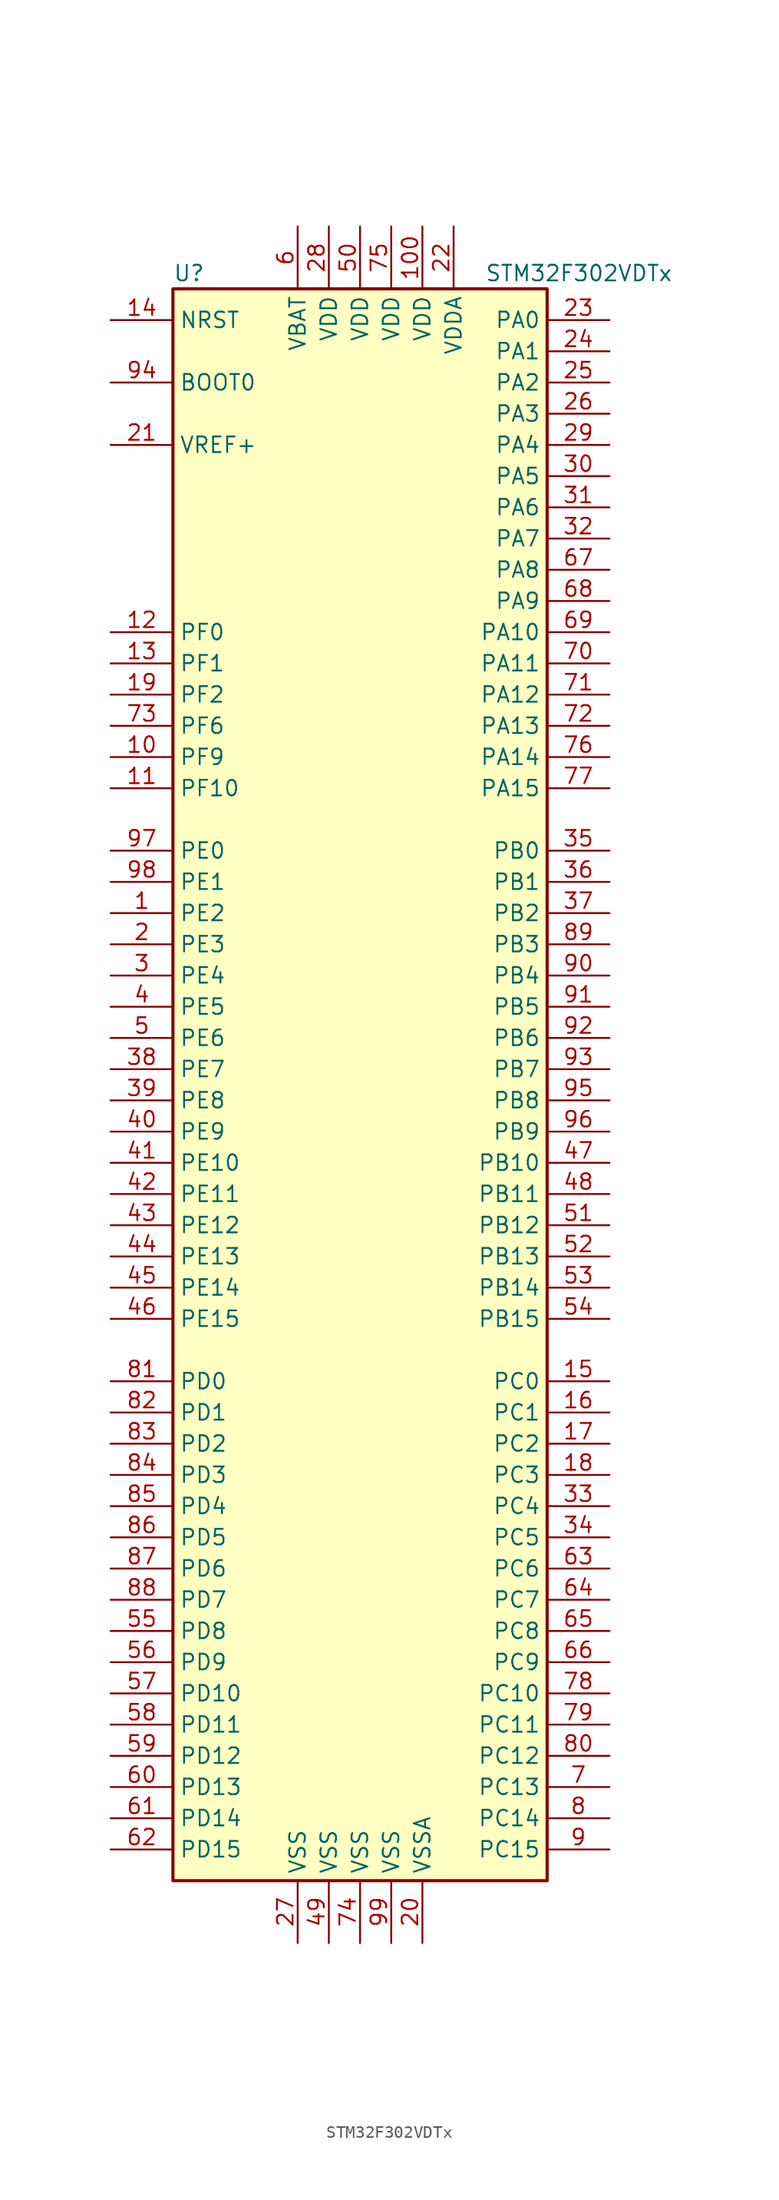
<source format=kicad_sym>
(kicad_symbol_lib
  (version 20201005)
  (generator kicad_symbol_editor)
  (symbol "MCU_ST_STM32F3:STM32F302VDTx"
    (property "Reference" "U"
      (at -15.24 64.77 0)
      (effects (font (size 1.27 1.27)) (justify left)))
    (property "Value" "STM32F302VDTx"
      (at 10.16 64.77 0)
      (effects (font (size 1.27 1.27)) (justify left)))
    (symbol "STM32F302VDTx_0_1"
      (rectangle (start -15.24 -66.04) (end 15.24 63.5) (stroke (width 0.254)) (fill (type background))))
    (symbol "STM32F302VDTx_1_1"
      (pin input line (at -20.32 55.88 0) (length 5.08) (name "BOOT0" (effects (font (size 1.27 1.27)))) (number "94" (effects (font (size 1.27 1.27)))))
      (pin input line (at -20.32 60.96 0) (length 5.08) (name "NRST" (effects (font (size 1.27 1.27)))) (number "14" (effects (font (size 1.27 1.27)))))
      (pin bidirectional line (at 20.32 60.96 180) (length 5.08) (name "PA0" (effects (font (size 1.27 1.27)))) (number "23" (effects (font (size 1.27 1.27)))))
      (pin bidirectional line (at 20.32 58.42 180) (length 5.08) (name "PA1" (effects (font (size 1.27 1.27)))) (number "24" (effects (font (size 1.27 1.27)))))
      (pin bidirectional line (at 20.32 35.56 180) (length 5.08) (name "PA10" (effects (font (size 1.27 1.27)))) (number "69" (effects (font (size 1.27 1.27)))))
      (pin bidirectional line (at 20.32 33.02 180) (length 5.08) (name "PA11" (effects (font (size 1.27 1.27)))) (number "70" (effects (font (size 1.27 1.27)))))
      (pin bidirectional line (at 20.32 30.48 180) (length 5.08) (name "PA12" (effects (font (size 1.27 1.27)))) (number "71" (effects (font (size 1.27 1.27)))))
      (pin bidirectional line (at 20.32 27.94 180) (length 5.08) (name "PA13" (effects (font (size 1.27 1.27)))) (number "72" (effects (font (size 1.27 1.27)))))
      (pin bidirectional line (at 20.32 25.4 180) (length 5.08) (name "PA14" (effects (font (size 1.27 1.27)))) (number "76" (effects (font (size 1.27 1.27)))))
      (pin bidirectional line (at 20.32 22.86 180) (length 5.08) (name "PA15" (effects (font (size 1.27 1.27)))) (number "77" (effects (font (size 1.27 1.27)))))
      (pin bidirectional line (at 20.32 55.88 180) (length 5.08) (name "PA2" (effects (font (size 1.27 1.27)))) (number "25" (effects (font (size 1.27 1.27)))))
      (pin bidirectional line (at 20.32 53.34 180) (length 5.08) (name "PA3" (effects (font (size 1.27 1.27)))) (number "26" (effects (font (size 1.27 1.27)))))
      (pin bidirectional line (at 20.32 50.8 180) (length 5.08) (name "PA4" (effects (font (size 1.27 1.27)))) (number "29" (effects (font (size 1.27 1.27)))))
      (pin bidirectional line (at 20.32 48.26 180) (length 5.08) (name "PA5" (effects (font (size 1.27 1.27)))) (number "30" (effects (font (size 1.27 1.27)))))
      (pin bidirectional line (at 20.32 45.72 180) (length 5.08) (name "PA6" (effects (font (size 1.27 1.27)))) (number "31" (effects (font (size 1.27 1.27)))))
      (pin bidirectional line (at 20.32 43.18 180) (length 5.08) (name "PA7" (effects (font (size 1.27 1.27)))) (number "32" (effects (font (size 1.27 1.27)))))
      (pin bidirectional line (at 20.32 40.64 180) (length 5.08) (name "PA8" (effects (font (size 1.27 1.27)))) (number "67" (effects (font (size 1.27 1.27)))))
      (pin bidirectional line (at 20.32 38.1 180) (length 5.08) (name "PA9" (effects (font (size 1.27 1.27)))) (number "68" (effects (font (size 1.27 1.27)))))
      (pin bidirectional line (at 20.32 17.78 180) (length 5.08) (name "PB0" (effects (font (size 1.27 1.27)))) (number "35" (effects (font (size 1.27 1.27)))))
      (pin bidirectional line (at 20.32 15.24 180) (length 5.08) (name "PB1" (effects (font (size 1.27 1.27)))) (number "36" (effects (font (size 1.27 1.27)))))
      (pin bidirectional line (at 20.32 -7.62 180) (length 5.08) (name "PB10" (effects (font (size 1.27 1.27)))) (number "47" (effects (font (size 1.27 1.27)))))
      (pin bidirectional line (at 20.32 -10.16 180) (length 5.08) (name "PB11" (effects (font (size 1.27 1.27)))) (number "48" (effects (font (size 1.27 1.27)))))
      (pin bidirectional line (at 20.32 -12.7 180) (length 5.08) (name "PB12" (effects (font (size 1.27 1.27)))) (number "51" (effects (font (size 1.27 1.27)))))
      (pin bidirectional line (at 20.32 -15.24 180) (length 5.08) (name "PB13" (effects (font (size 1.27 1.27)))) (number "52" (effects (font (size 1.27 1.27)))))
      (pin bidirectional line (at 20.32 -17.78 180) (length 5.08) (name "PB14" (effects (font (size 1.27 1.27)))) (number "53" (effects (font (size 1.27 1.27)))))
      (pin bidirectional line (at 20.32 -20.32 180) (length 5.08) (name "PB15" (effects (font (size 1.27 1.27)))) (number "54" (effects (font (size 1.27 1.27)))))
      (pin bidirectional line (at 20.32 12.7 180) (length 5.08) (name "PB2" (effects (font (size 1.27 1.27)))) (number "37" (effects (font (size 1.27 1.27)))))
      (pin bidirectional line (at 20.32 10.16 180) (length 5.08) (name "PB3" (effects (font (size 1.27 1.27)))) (number "89" (effects (font (size 1.27 1.27)))))
      (pin bidirectional line (at 20.32 7.62 180) (length 5.08) (name "PB4" (effects (font (size 1.27 1.27)))) (number "90" (effects (font (size 1.27 1.27)))))
      (pin bidirectional line (at 20.32 5.08 180) (length 5.08) (name "PB5" (effects (font (size 1.27 1.27)))) (number "91" (effects (font (size 1.27 1.27)))))
      (pin bidirectional line (at 20.32 2.54 180) (length 5.08) (name "PB6" (effects (font (size 1.27 1.27)))) (number "92" (effects (font (size 1.27 1.27)))))
      (pin bidirectional line (at 20.32 0 180) (length 5.08) (name "PB7" (effects (font (size 1.27 1.27)))) (number "93" (effects (font (size 1.27 1.27)))))
      (pin bidirectional line (at 20.32 -2.54 180) (length 5.08) (name "PB8" (effects (font (size 1.27 1.27)))) (number "95" (effects (font (size 1.27 1.27)))))
      (pin bidirectional line (at 20.32 -5.08 180) (length 5.08) (name "PB9" (effects (font (size 1.27 1.27)))) (number "96" (effects (font (size 1.27 1.27)))))
      (pin bidirectional line (at 20.32 -25.4 180) (length 5.08) (name "PC0" (effects (font (size 1.27 1.27)))) (number "15" (effects (font (size 1.27 1.27)))))
      (pin bidirectional line (at 20.32 -27.94 180) (length 5.08) (name "PC1" (effects (font (size 1.27 1.27)))) (number "16" (effects (font (size 1.27 1.27)))))
      (pin bidirectional line (at 20.32 -50.8 180) (length 5.08) (name "PC10" (effects (font (size 1.27 1.27)))) (number "78" (effects (font (size 1.27 1.27)))))
      (pin bidirectional line (at 20.32 -53.34 180) (length 5.08) (name "PC11" (effects (font (size 1.27 1.27)))) (number "79" (effects (font (size 1.27 1.27)))))
      (pin bidirectional line (at 20.32 -55.88 180) (length 5.08) (name "PC12" (effects (font (size 1.27 1.27)))) (number "80" (effects (font (size 1.27 1.27)))))
      (pin bidirectional line (at 20.32 -58.42 180) (length 5.08) (name "PC13" (effects (font (size 1.27 1.27)))) (number "7" (effects (font (size 1.27 1.27)))))
      (pin bidirectional line (at 20.32 -60.96 180) (length 5.08) (name "PC14" (effects (font (size 1.27 1.27)))) (number "8" (effects (font (size 1.27 1.27)))))
      (pin bidirectional line (at 20.32 -63.5 180) (length 5.08) (name "PC15" (effects (font (size 1.27 1.27)))) (number "9" (effects (font (size 1.27 1.27)))))
      (pin bidirectional line (at 20.32 -30.48 180) (length 5.08) (name "PC2" (effects (font (size 1.27 1.27)))) (number "17" (effects (font (size 1.27 1.27)))))
      (pin bidirectional line (at 20.32 -33.02 180) (length 5.08) (name "PC3" (effects (font (size 1.27 1.27)))) (number "18" (effects (font (size 1.27 1.27)))))
      (pin bidirectional line (at 20.32 -35.56 180) (length 5.08) (name "PC4" (effects (font (size 1.27 1.27)))) (number "33" (effects (font (size 1.27 1.27)))))
      (pin bidirectional line (at 20.32 -38.1 180) (length 5.08) (name "PC5" (effects (font (size 1.27 1.27)))) (number "34" (effects (font (size 1.27 1.27)))))
      (pin bidirectional line (at 20.32 -40.64 180) (length 5.08) (name "PC6" (effects (font (size 1.27 1.27)))) (number "63" (effects (font (size 1.27 1.27)))))
      (pin bidirectional line (at 20.32 -43.18 180) (length 5.08) (name "PC7" (effects (font (size 1.27 1.27)))) (number "64" (effects (font (size 1.27 1.27)))))
      (pin bidirectional line (at 20.32 -45.72 180) (length 5.08) (name "PC8" (effects (font (size 1.27 1.27)))) (number "65" (effects (font (size 1.27 1.27)))))
      (pin bidirectional line (at 20.32 -48.26 180) (length 5.08) (name "PC9" (effects (font (size 1.27 1.27)))) (number "66" (effects (font (size 1.27 1.27)))))
      (pin bidirectional line (at -20.32 -25.4 0) (length 5.08) (name "PD0" (effects (font (size 1.27 1.27)))) (number "81" (effects (font (size 1.27 1.27)))))
      (pin bidirectional line (at -20.32 -27.94 0) (length 5.08) (name "PD1" (effects (font (size 1.27 1.27)))) (number "82" (effects (font (size 1.27 1.27)))))
      (pin bidirectional line (at -20.32 -50.8 0) (length 5.08) (name "PD10" (effects (font (size 1.27 1.27)))) (number "57" (effects (font (size 1.27 1.27)))))
      (pin bidirectional line (at -20.32 -53.34 0) (length 5.08) (name "PD11" (effects (font (size 1.27 1.27)))) (number "58" (effects (font (size 1.27 1.27)))))
      (pin bidirectional line (at -20.32 -55.88 0) (length 5.08) (name "PD12" (effects (font (size 1.27 1.27)))) (number "59" (effects (font (size 1.27 1.27)))))
      (pin bidirectional line (at -20.32 -58.42 0) (length 5.08) (name "PD13" (effects (font (size 1.27 1.27)))) (number "60" (effects (font (size 1.27 1.27)))))
      (pin bidirectional line (at -20.32 -60.96 0) (length 5.08) (name "PD14" (effects (font (size 1.27 1.27)))) (number "61" (effects (font (size 1.27 1.27)))))
      (pin bidirectional line (at -20.32 -63.5 0) (length 5.08) (name "PD15" (effects (font (size 1.27 1.27)))) (number "62" (effects (font (size 1.27 1.27)))))
      (pin bidirectional line (at -20.32 -30.48 0) (length 5.08) (name "PD2" (effects (font (size 1.27 1.27)))) (number "83" (effects (font (size 1.27 1.27)))))
      (pin bidirectional line (at -20.32 -33.02 0) (length 5.08) (name "PD3" (effects (font (size 1.27 1.27)))) (number "84" (effects (font (size 1.27 1.27)))))
      (pin bidirectional line (at -20.32 -35.56 0) (length 5.08) (name "PD4" (effects (font (size 1.27 1.27)))) (number "85" (effects (font (size 1.27 1.27)))))
      (pin bidirectional line (at -20.32 -38.1 0) (length 5.08) (name "PD5" (effects (font (size 1.27 1.27)))) (number "86" (effects (font (size 1.27 1.27)))))
      (pin bidirectional line (at -20.32 -40.64 0) (length 5.08) (name "PD6" (effects (font (size 1.27 1.27)))) (number "87" (effects (font (size 1.27 1.27)))))
      (pin bidirectional line (at -20.32 -43.18 0) (length 5.08) (name "PD7" (effects (font (size 1.27 1.27)))) (number "88" (effects (font (size 1.27 1.27)))))
      (pin bidirectional line (at -20.32 -45.72 0) (length 5.08) (name "PD8" (effects (font (size 1.27 1.27)))) (number "55" (effects (font (size 1.27 1.27)))))
      (pin bidirectional line (at -20.32 -48.26 0) (length 5.08) (name "PD9" (effects (font (size 1.27 1.27)))) (number "56" (effects (font (size 1.27 1.27)))))
      (pin bidirectional line (at -20.32 17.78 0) (length 5.08) (name "PE0" (effects (font (size 1.27 1.27)))) (number "97" (effects (font (size 1.27 1.27)))))
      (pin bidirectional line (at -20.32 15.24 0) (length 5.08) (name "PE1" (effects (font (size 1.27 1.27)))) (number "98" (effects (font (size 1.27 1.27)))))
      (pin bidirectional line (at -20.32 -7.62 0) (length 5.08) (name "PE10" (effects (font (size 1.27 1.27)))) (number "41" (effects (font (size 1.27 1.27)))))
      (pin bidirectional line (at -20.32 -10.16 0) (length 5.08) (name "PE11" (effects (font (size 1.27 1.27)))) (number "42" (effects (font (size 1.27 1.27)))))
      (pin bidirectional line (at -20.32 -12.7 0) (length 5.08) (name "PE12" (effects (font (size 1.27 1.27)))) (number "43" (effects (font (size 1.27 1.27)))))
      (pin bidirectional line (at -20.32 -15.24 0) (length 5.08) (name "PE13" (effects (font (size 1.27 1.27)))) (number "44" (effects (font (size 1.27 1.27)))))
      (pin bidirectional line (at -20.32 -17.78 0) (length 5.08) (name "PE14" (effects (font (size 1.27 1.27)))) (number "45" (effects (font (size 1.27 1.27)))))
      (pin bidirectional line (at -20.32 -20.32 0) (length 5.08) (name "PE15" (effects (font (size 1.27 1.27)))) (number "46" (effects (font (size 1.27 1.27)))))
      (pin bidirectional line (at -20.32 12.7 0) (length 5.08) (name "PE2" (effects (font (size 1.27 1.27)))) (number "1" (effects (font (size 1.27 1.27)))))
      (pin bidirectional line (at -20.32 10.16 0) (length 5.08) (name "PE3" (effects (font (size 1.27 1.27)))) (number "2" (effects (font (size 1.27 1.27)))))
      (pin bidirectional line (at -20.32 7.62 0) (length 5.08) (name "PE4" (effects (font (size 1.27 1.27)))) (number "3" (effects (font (size 1.27 1.27)))))
      (pin bidirectional line (at -20.32 5.08 0) (length 5.08) (name "PE5" (effects (font (size 1.27 1.27)))) (number "4" (effects (font (size 1.27 1.27)))))
      (pin bidirectional line (at -20.32 2.54 0) (length 5.08) (name "PE6" (effects (font (size 1.27 1.27)))) (number "5" (effects (font (size 1.27 1.27)))))
      (pin bidirectional line (at -20.32 0 0) (length 5.08) (name "PE7" (effects (font (size 1.27 1.27)))) (number "38" (effects (font (size 1.27 1.27)))))
      (pin bidirectional line (at -20.32 -2.54 0) (length 5.08) (name "PE8" (effects (font (size 1.27 1.27)))) (number "39" (effects (font (size 1.27 1.27)))))
      (pin bidirectional line (at -20.32 -5.08 0) (length 5.08) (name "PE9" (effects (font (size 1.27 1.27)))) (number "40" (effects (font (size 1.27 1.27)))))
      (pin input line (at -20.32 35.56 0) (length 5.08) (name "PF0" (effects (font (size 1.27 1.27)))) (number "12" (effects (font (size 1.27 1.27)))))
      (pin input line (at -20.32 33.02 0) (length 5.08) (name "PF1" (effects (font (size 1.27 1.27)))) (number "13" (effects (font (size 1.27 1.27)))))
      (pin bidirectional line (at -20.32 22.86 0) (length 5.08) (name "PF10" (effects (font (size 1.27 1.27)))) (number "11" (effects (font (size 1.27 1.27)))))
      (pin bidirectional line (at -20.32 30.48 0) (length 5.08) (name "PF2" (effects (font (size 1.27 1.27)))) (number "19" (effects (font (size 1.27 1.27)))))
      (pin bidirectional line (at -20.32 27.94 0) (length 5.08) (name "PF6" (effects (font (size 1.27 1.27)))) (number "73" (effects (font (size 1.27 1.27)))))
      (pin bidirectional line (at -20.32 25.4 0) (length 5.08) (name "PF9" (effects (font (size 1.27 1.27)))) (number "10" (effects (font (size 1.27 1.27)))))
      (pin power_in line (at -5.08 68.58 270) (length 5.08) (name "VBAT" (effects (font (size 1.27 1.27)))) (number "6" (effects (font (size 1.27 1.27)))))
      (pin power_in line (at 5.08 68.58 270) (length 5.08) (name "VDD" (effects (font (size 1.27 1.27)))) (number "100" (effects (font (size 1.27 1.27)))))
      (pin power_in line (at -2.54 68.58 270) (length 5.08) (name "VDD" (effects (font (size 1.27 1.27)))) (number "28" (effects (font (size 1.27 1.27)))))
      (pin power_in line (at 0 68.58 270) (length 5.08) (name "VDD" (effects (font (size 1.27 1.27)))) (number "50" (effects (font (size 1.27 1.27)))))
      (pin power_in line (at 2.54 68.58 270) (length 5.08) (name "VDD" (effects (font (size 1.27 1.27)))) (number "75" (effects (font (size 1.27 1.27)))))
      (pin power_in line (at 7.62 68.58 270) (length 5.08) (name "VDDA" (effects (font (size 1.27 1.27)))) (number "22" (effects (font (size 1.27 1.27)))))
      (pin power_in line (at -20.32 50.8 0) (length 5.08) (name "VREF+" (effects (font (size 1.27 1.27)))) (number "21" (effects (font (size 1.27 1.27)))))
      (pin power_in line (at -5.08 -71.12 90) (length 5.08) (name "VSS" (effects (font (size 1.27 1.27)))) (number "27" (effects (font (size 1.27 1.27)))))
      (pin power_in line (at -2.54 -71.12 90) (length 5.08) (name "VSS" (effects (font (size 1.27 1.27)))) (number "49" (effects (font (size 1.27 1.27)))))
      (pin power_in line (at 0 -71.12 90) (length 5.08) (name "VSS" (effects (font (size 1.27 1.27)))) (number "74" (effects (font (size 1.27 1.27)))))
      (pin power_in line (at 2.54 -71.12 90) (length 5.08) (name "VSS" (effects (font (size 1.27 1.27)))) (number "99" (effects (font (size 1.27 1.27)))))
      (pin power_in line (at 5.08 -71.12 90) (length 5.08) (name "VSSA" (effects (font (size 1.27 1.27)))) (number "20" (effects (font (size 1.27 1.27))))))))
</source>
